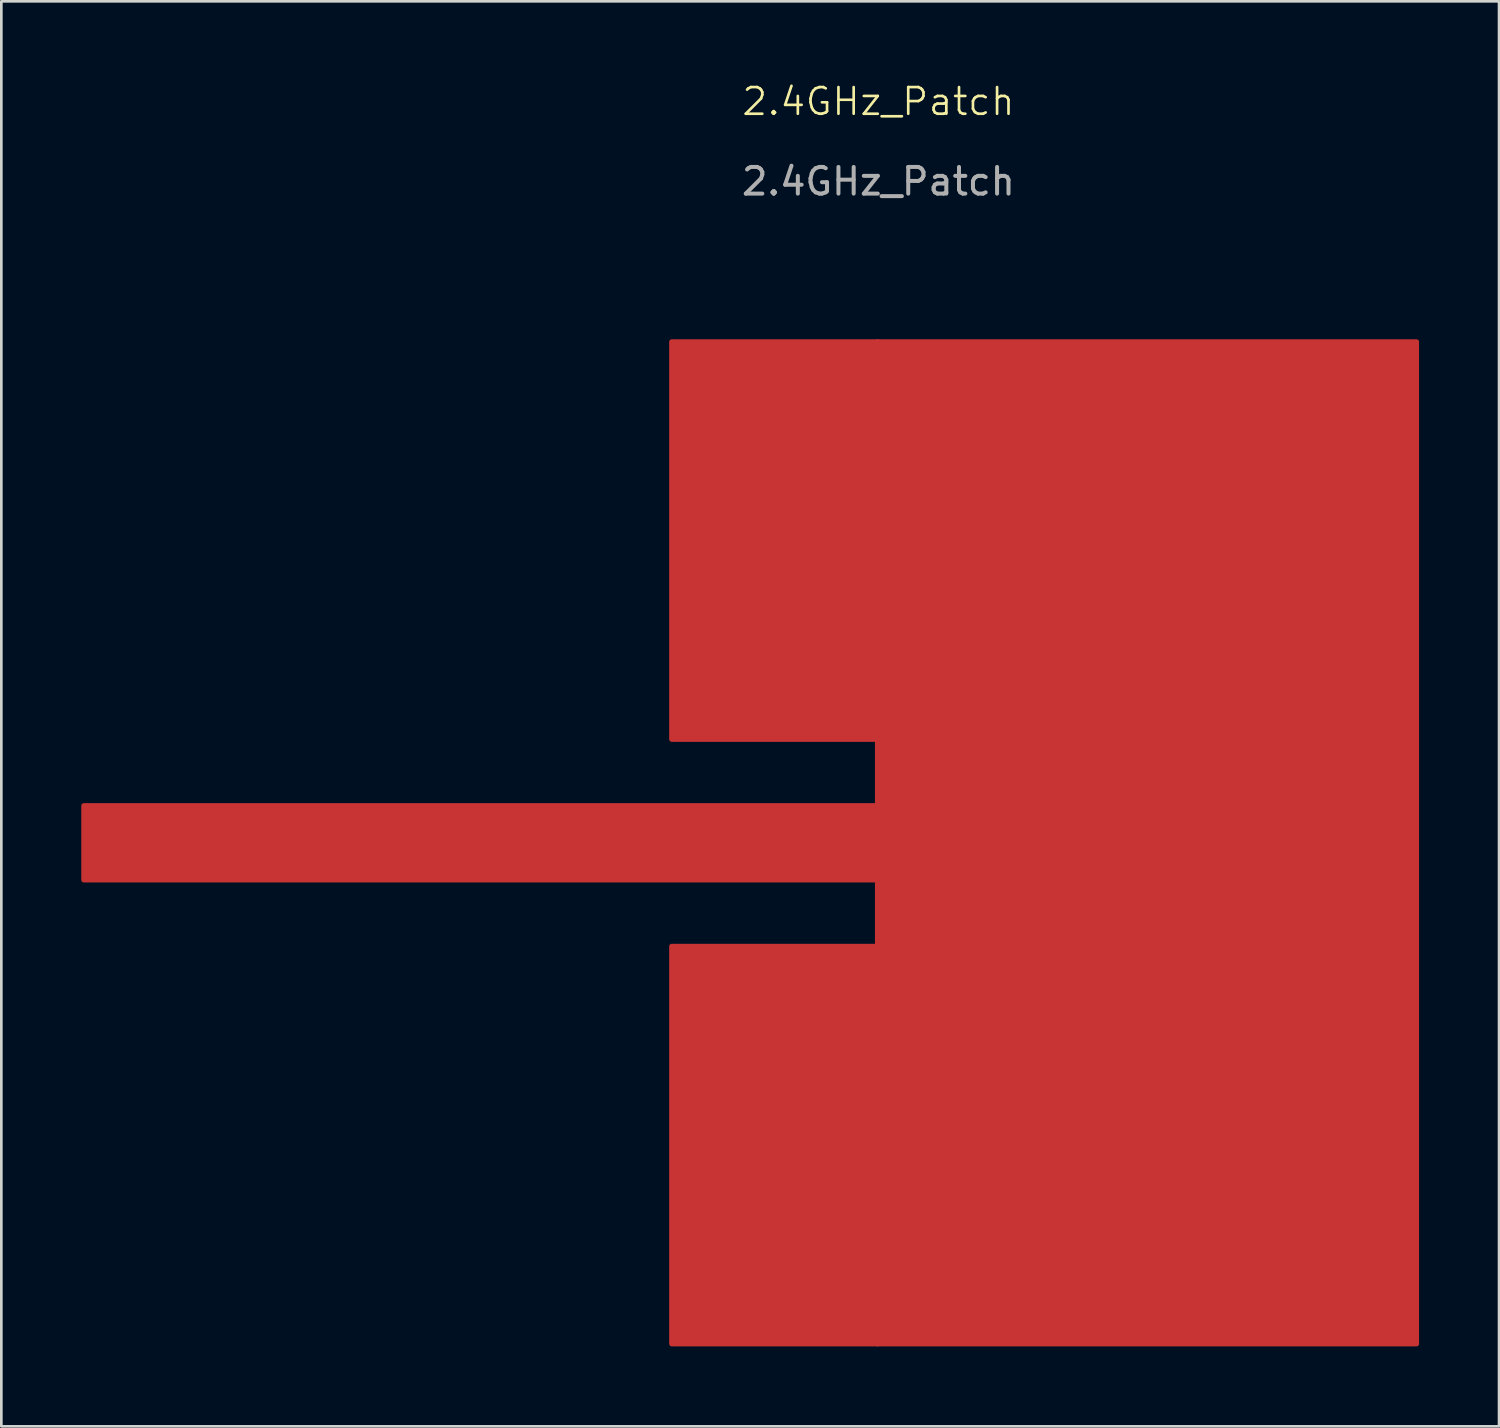
<source format=kicad_pcb>
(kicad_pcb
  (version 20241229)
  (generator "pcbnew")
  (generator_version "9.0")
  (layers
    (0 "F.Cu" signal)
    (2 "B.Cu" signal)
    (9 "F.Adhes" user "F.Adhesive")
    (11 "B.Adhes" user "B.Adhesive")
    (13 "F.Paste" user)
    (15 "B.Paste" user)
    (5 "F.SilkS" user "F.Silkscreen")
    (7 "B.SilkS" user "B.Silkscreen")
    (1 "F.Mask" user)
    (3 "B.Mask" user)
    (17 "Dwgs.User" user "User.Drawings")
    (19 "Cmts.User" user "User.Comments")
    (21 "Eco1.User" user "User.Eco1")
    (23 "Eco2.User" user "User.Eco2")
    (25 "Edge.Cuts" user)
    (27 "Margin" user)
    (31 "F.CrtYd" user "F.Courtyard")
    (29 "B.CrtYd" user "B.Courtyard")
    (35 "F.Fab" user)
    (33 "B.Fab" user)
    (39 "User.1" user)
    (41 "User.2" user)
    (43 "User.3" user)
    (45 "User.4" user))
  (footprint "2.4GHz_Patch"
    (layer "F.Cu")
    (at 29.882 9.78)
    (property "Reference" "2.4GHz_Patch" (at 0.03 -9.02 0) (unlocked yes) (layer "F.SilkS") (effects (font (size 1 1) (thickness 0.1))))
    (attr smd)
    (fp_rect (start -29.782 17.407) (end 0 20.185) (stroke (width 0.2) (type solid)) (fill yes) (layer "F.Cu"))
    (fp_rect (start -7.722 0) (end 0 14.907) (stroke (width 0.2) (type solid)) (fill yes) (layer "F.Cu"))
    (fp_rect (start -7.722 22.685) (end 0 37.592) (stroke (width 0.2) (type solid)) (fill yes) (layer "F.Cu"))
    (fp_rect (start 0 0) (end 20.218 37.592) (stroke (width 0.2) (type solid)) (fill yes) (layer "F.Cu"))
    (fp_text user "${REFERENCE}" (at 0.03 -6.02 0) (unlocked yes) (layer "F.Fab") (effects (font (size 1 1) (thickness 0.15)))))
  (gr_rect
    (start -3 -3)
    (end 53.2 50.472)
    (stroke (width 0.1) (type default))
    (fill no)
    (layer "Edge.Cuts")))
</source>
